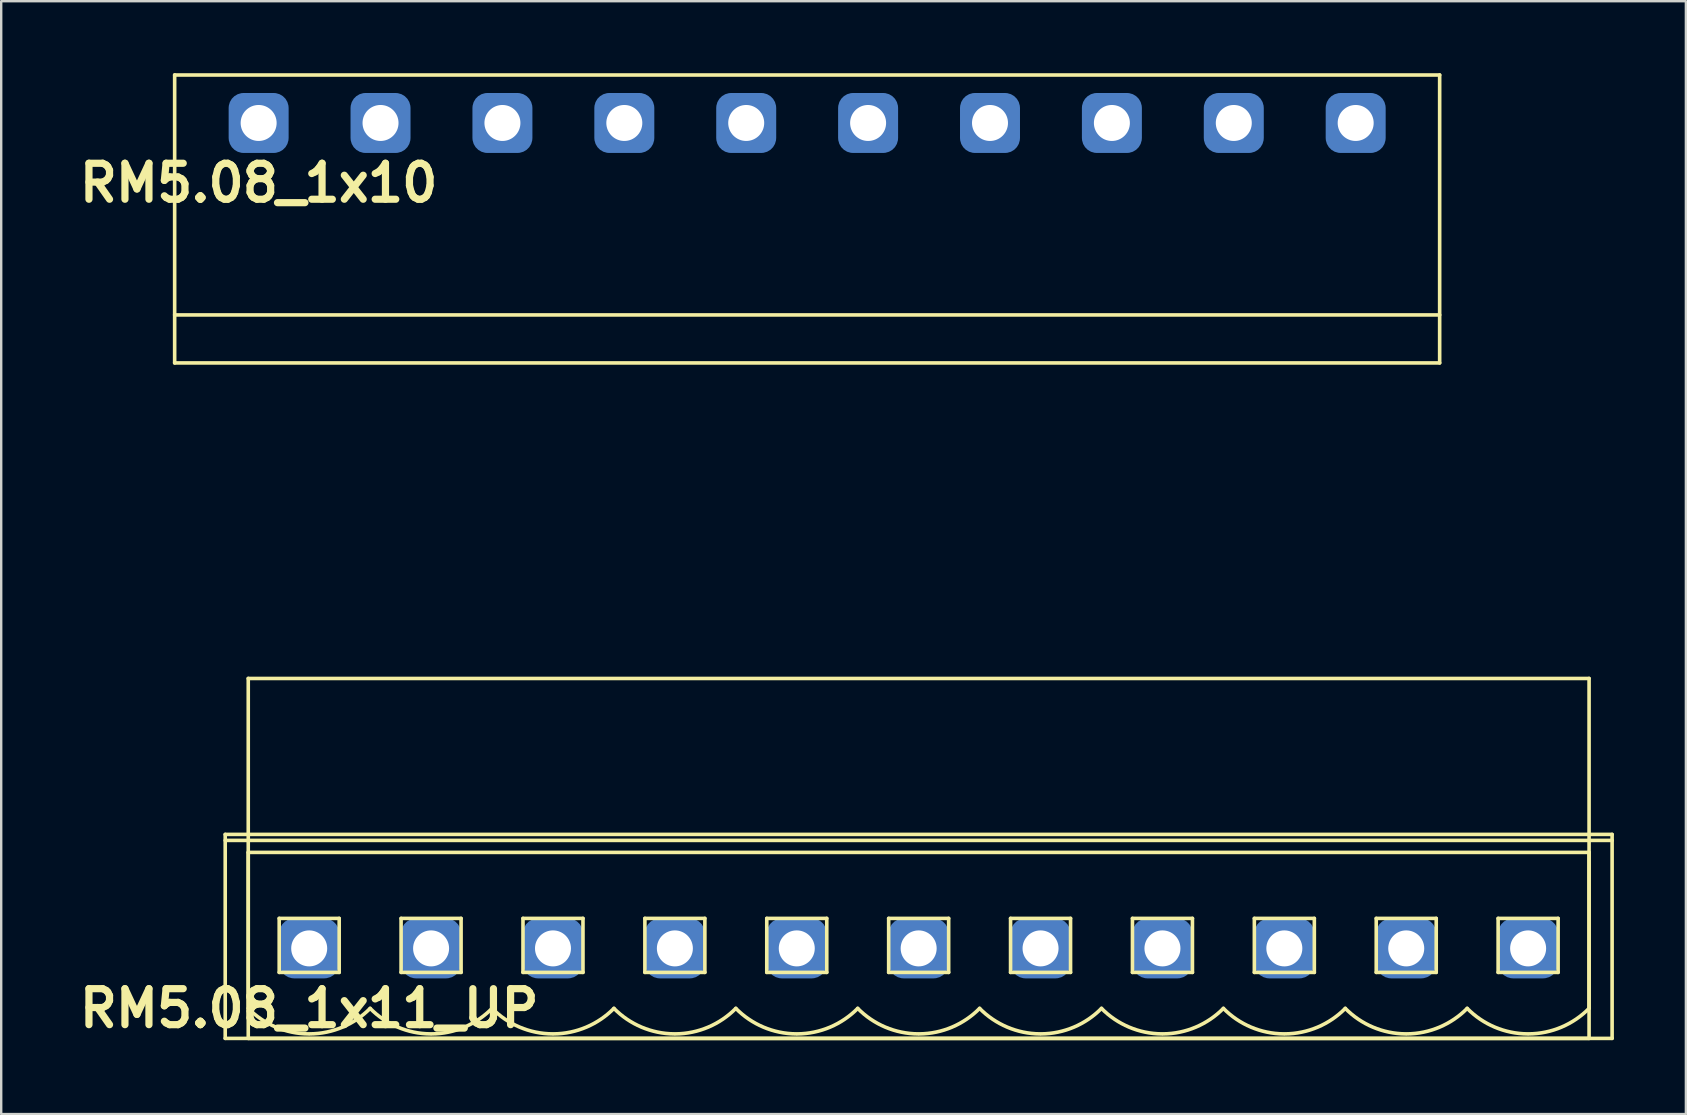
<source format=kicad_pcb>
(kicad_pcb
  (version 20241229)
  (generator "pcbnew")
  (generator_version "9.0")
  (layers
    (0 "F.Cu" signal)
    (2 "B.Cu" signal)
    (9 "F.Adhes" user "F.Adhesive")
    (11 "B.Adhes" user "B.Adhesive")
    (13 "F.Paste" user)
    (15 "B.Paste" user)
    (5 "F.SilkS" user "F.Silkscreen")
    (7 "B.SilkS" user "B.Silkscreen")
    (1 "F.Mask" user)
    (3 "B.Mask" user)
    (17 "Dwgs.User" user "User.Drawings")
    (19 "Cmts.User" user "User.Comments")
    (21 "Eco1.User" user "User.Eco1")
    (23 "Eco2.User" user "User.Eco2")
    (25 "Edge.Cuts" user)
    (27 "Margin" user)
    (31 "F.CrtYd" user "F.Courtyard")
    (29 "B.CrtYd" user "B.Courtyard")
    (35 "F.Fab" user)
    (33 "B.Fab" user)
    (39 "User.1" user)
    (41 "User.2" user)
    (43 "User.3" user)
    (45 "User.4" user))
  (footprint "RM5.08_1x11_UP"
    (layer "F.Cu")
    (at 9.836 36.475)
    (property "Reference" "RM5.08_1x11_UP" (at 0 2.5 0) (layer "F.SilkS") (effects (font (size 1.5 1.5) (thickness 0.3))))
    (attr through_hole)
    (fp_line (start -3.5 -4.75) (end -3.5 3.75) (stroke (width 0.15) (type solid)) (layer "F.SilkS"))
    (fp_line (start -3.5 -4.5) (end 54.3 -4.5) (stroke (width 0.15) (type solid)) (layer "F.SilkS"))
    (fp_line (start -3.5 3.75) (end 54.3 3.75) (stroke (width 0.15) (type solid)) (layer "F.SilkS"))
    (fp_line (start -2.54 -11.25) (end -2.54 3.75) (stroke (width 0.15) (type solid)) (layer "F.SilkS"))
    (fp_line (start -2.54 -4) (end -2.54 2.5) (stroke (width 0.15) (type solid)) (layer "F.SilkS"))
    (fp_line (start -2.54 -4) (end 53.34 -4) (stroke (width 0.15) (type solid)) (layer "F.SilkS"))
    (fp_line (start -2.54 3.75) (end 53.34 3.75) (stroke (width 0.15) (type solid)) (layer "F.SilkS"))
    (fp_line (start -1.25 -1.25) (end -1.25 1) (stroke (width 0.15) (type solid)) (layer "F.SilkS"))
    (fp_line (start -1.25 1) (end 1.25 1) (stroke (width 0.15) (type solid)) (layer "F.SilkS"))
    (fp_line (start 1.25 -1.25) (end -1.25 -1.25) (stroke (width 0.15) (type solid)) (layer "F.SilkS"))
    (fp_line (start 1.25 1) (end 1.25 -1.25) (stroke (width 0.15) (type solid)) (layer "F.SilkS"))
    (fp_line (start 3.83 -1.25) (end 3.83 1) (stroke (width 0.15) (type solid)) (layer "F.SilkS"))
    (fp_line (start 3.83 1) (end 6.33 1) (stroke (width 0.15) (type solid)) (layer "F.SilkS"))
    (fp_line (start 6.33 -1.25) (end 3.83 -1.25) (stroke (width 0.15) (type solid)) (layer "F.SilkS"))
    (fp_line (start 6.33 1) (end 6.33 -1.25) (stroke (width 0.15) (type solid)) (layer "F.SilkS"))
    (fp_line (start 8.91 -1.25) (end 8.91 1) (stroke (width 0.15) (type solid)) (layer "F.SilkS"))
    (fp_line (start 8.91 1) (end 11.41 1) (stroke (width 0.15) (type solid)) (layer "F.SilkS"))
    (fp_line (start 11.41 -1.25) (end 8.91 -1.25) (stroke (width 0.15) (type solid)) (layer "F.SilkS"))
    (fp_line (start 11.41 1) (end 11.41 -1.25) (stroke (width 0.15) (type solid)) (layer "F.SilkS"))
    (fp_line (start 13.99 -1.25) (end 13.99 1) (stroke (width 0.15) (type solid)) (layer "F.SilkS"))
    (fp_line (start 13.99 1) (end 16.49 1) (stroke (width 0.15) (type solid)) (layer "F.SilkS"))
    (fp_line (start 16.49 -1.25) (end 13.99 -1.25) (stroke (width 0.15) (type solid)) (layer "F.SilkS"))
    (fp_line (start 16.49 1) (end 16.49 -1.25) (stroke (width 0.15) (type solid)) (layer "F.SilkS"))
    (fp_line (start 19.07 -1.25) (end 19.07 1) (stroke (width 0.15) (type solid)) (layer "F.SilkS"))
    (fp_line (start 19.07 1) (end 21.57 1) (stroke (width 0.15) (type solid)) (layer "F.SilkS"))
    (fp_line (start 21.57 -1.25) (end 19.07 -1.25) (stroke (width 0.15) (type solid)) (layer "F.SilkS"))
    (fp_line (start 21.57 1) (end 21.57 -1.25) (stroke (width 0.15) (type solid)) (layer "F.SilkS"))
    (fp_line (start 24.15 -1.25) (end 24.15 1) (stroke (width 0.15) (type solid)) (layer "F.SilkS"))
    (fp_line (start 24.15 1) (end 26.65 1) (stroke (width 0.15) (type solid)) (layer "F.SilkS"))
    (fp_line (start 26.65 -1.25) (end 24.15 -1.25) (stroke (width 0.15) (type solid)) (layer "F.SilkS"))
    (fp_line (start 26.65 1) (end 26.65 -1.25) (stroke (width 0.15) (type solid)) (layer "F.SilkS"))
    (fp_line (start 29.23 -1.25) (end 29.23 1) (stroke (width 0.15) (type solid)) (layer "F.SilkS"))
    (fp_line (start 29.23 1) (end 31.73 1) (stroke (width 0.15) (type solid)) (layer "F.SilkS"))
    (fp_line (start 31.73 -1.25) (end 29.23 -1.25) (stroke (width 0.15) (type solid)) (layer "F.SilkS"))
    (fp_line (start 31.73 1) (end 31.73 -1.25) (stroke (width 0.15) (type solid)) (layer "F.SilkS"))
    (fp_line (start 34.31 -1.25) (end 34.31 1) (stroke (width 0.15) (type solid)) (layer "F.SilkS"))
    (fp_line (start 34.31 1) (end 36.81 1) (stroke (width 0.15) (type solid)) (layer "F.SilkS"))
    (fp_line (start 36.81 -1.25) (end 34.31 -1.25) (stroke (width 0.15) (type solid)) (layer "F.SilkS"))
    (fp_line (start 36.81 1) (end 36.81 -1.25) (stroke (width 0.15) (type solid)) (layer "F.SilkS"))
    (fp_line (start 39.39 -1.25) (end 39.39 1) (stroke (width 0.15) (type solid)) (layer "F.SilkS"))
    (fp_line (start 39.39 1) (end 41.89 1) (stroke (width 0.15) (type solid)) (layer "F.SilkS"))
    (fp_line (start 41.89 -1.25) (end 39.39 -1.25) (stroke (width 0.15) (type solid)) (layer "F.SilkS"))
    (fp_line (start 41.89 1) (end 41.89 -1.25) (stroke (width 0.15) (type solid)) (layer "F.SilkS"))
    (fp_line (start 44.47 -1.25) (end 44.47 1) (stroke (width 0.15) (type solid)) (layer "F.SilkS"))
    (fp_line (start 44.47 1) (end 46.97 1) (stroke (width 0.15) (type solid)) (layer "F.SilkS"))
    (fp_line (start 46.97 -1.25) (end 44.47 -1.25) (stroke (width 0.15) (type solid)) (layer "F.SilkS"))
    (fp_line (start 46.97 1) (end 46.97 -1.25) (stroke (width 0.15) (type solid)) (layer "F.SilkS"))
    (fp_line (start 49.55 -1.25) (end 49.55 1) (stroke (width 0.15) (type solid)) (layer "F.SilkS"))
    (fp_line (start 49.55 1) (end 52.05 1) (stroke (width 0.15) (type solid)) (layer "F.SilkS"))
    (fp_line (start 52.05 -1.25) (end 49.55 -1.25) (stroke (width 0.15) (type solid)) (layer "F.SilkS"))
    (fp_line (start 52.05 1) (end 52.05 -1.25) (stroke (width 0.15) (type solid)) (layer "F.SilkS"))
    (fp_line (start 53.34 -11.25) (end -2.54 -11.25) (stroke (width 0.15) (type solid)) (layer "F.SilkS"))
    (fp_line (start 53.34 -4) (end 53.34 2.5) (stroke (width 0.15) (type solid)) (layer "F.SilkS"))
    (fp_line (start 53.34 3.75) (end 53.34 -11.25) (stroke (width 0.15) (type solid)) (layer "F.SilkS"))
    (fp_line (start 54.3 -4.75) (end -3.5 -4.75) (stroke (width 0.15) (type solid)) (layer "F.SilkS"))
    (fp_line (start 54.3 3.75) (end 54.3 -4.75) (stroke (width 0.15) (type solid)) (layer "F.SilkS"))
    (fp_arc (start -0.028284 3.563818) (mid -1.389945 3.281715) (end -2.54 2.5) (stroke (width 0.15) (type solid)) (layer "F.SilkS"))
    (fp_arc (start 2.54 2.5) (mid 1.389945 3.281715) (end 0.028284 3.563818) (stroke (width 0.15) (type solid)) (layer "F.SilkS"))
    (fp_arc (start 5.051716 3.563818) (mid 3.690055 3.281715) (end 2.54 2.5) (stroke (width 0.15) (type solid)) (layer "F.SilkS"))
    (fp_arc (start 7.62 2.5) (mid 6.469945 3.281715) (end 5.108284 3.563818) (stroke (width 0.15) (type solid)) (layer "F.SilkS"))
    (fp_arc (start 10.131716 3.563818) (mid 8.770055 3.281715) (end 7.62 2.5) (stroke (width 0.15) (type solid)) (layer "F.SilkS"))
    (fp_arc (start 12.7 2.5) (mid 11.549945 3.281715) (end 10.188284 3.563818) (stroke (width 0.15) (type solid)) (layer "F.SilkS"))
    (fp_arc (start 15.211716 3.563818) (mid 13.850055 3.281715) (end 12.7 2.5) (stroke (width 0.15) (type solid)) (layer "F.SilkS"))
    (fp_arc (start 17.78 2.5) (mid 16.629945 3.281715) (end 15.268284 3.563818) (stroke (width 0.15) (type solid)) (layer "F.SilkS"))
    (fp_arc (start 20.291716 3.563818) (mid 18.930055 3.281715) (end 17.78 2.5) (stroke (width 0.15) (type solid)) (layer "F.SilkS"))
    (fp_arc (start 22.86 2.5) (mid 21.709945 3.281715) (end 20.348284 3.563818) (stroke (width 0.15) (type solid)) (layer "F.SilkS"))
    (fp_arc (start 25.371716 3.563818) (mid 24.010055 3.281715) (end 22.86 2.5) (stroke (width 0.15) (type solid)) (layer "F.SilkS"))
    (fp_arc (start 27.94 2.5) (mid 26.789945 3.281715) (end 25.428284 3.563818) (stroke (width 0.15) (type solid)) (layer "F.SilkS"))
    (fp_arc (start 30.451716 3.563818) (mid 29.090055 3.281715) (end 27.94 2.5) (stroke (width 0.15) (type solid)) (layer "F.SilkS"))
    (fp_arc (start 33.02 2.5) (mid 31.869945 3.281715) (end 30.508284 3.563818) (stroke (width 0.15) (type solid)) (layer "F.SilkS"))
    (fp_arc (start 35.531716 3.563818) (mid 34.170055 3.281715) (end 33.02 2.5) (stroke (width 0.15) (type solid)) (layer "F.SilkS"))
    (fp_arc (start 38.1 2.5) (mid 36.949945 3.281715) (end 35.588284 3.563818) (stroke (width 0.15) (type solid)) (layer "F.SilkS"))
    (fp_arc (start 40.611716 3.563818) (mid 39.250055 3.281715) (end 38.1 2.5) (stroke (width 0.15) (type solid)) (layer "F.SilkS"))
    (fp_arc (start 43.18 2.5) (mid 42.029945 3.281715) (end 40.668284 3.563818) (stroke (width 0.15) (type solid)) (layer "F.SilkS"))
    (fp_arc (start 45.691716 3.563818) (mid 44.330055 3.281715) (end 43.18 2.5) (stroke (width 0.15) (type solid)) (layer "F.SilkS"))
    (fp_arc (start 48.26 2.5) (mid 47.109945 3.281715) (end 45.748284 3.563818) (stroke (width 0.15) (type solid)) (layer "F.SilkS"))
    (fp_arc (start 50.771716 3.563818) (mid 49.410055 3.281715) (end 48.26 2.5) (stroke (width 0.15) (type solid)) (layer "F.SilkS"))
    (fp_arc (start 53.34 2.5) (mid 52.189945 3.281715) (end 50.828284 3.563818) (stroke (width 0.15) (type solid)) (layer "F.SilkS"))
    (pad "1" thru_hole circle (at 0 0) (size 1.8 1.8) (drill 1.5) (layers "*.Cu" "*.Mask"))
    (pad "1" smd roundrect (at 0 0) (size 2.5 2.5) (layers "B.Cu" "B.Mask") (roundrect_rratio 0.25))
    (pad "2" thru_hole circle (at 5.08 0) (size 1.8 1.8) (drill 1.5) (layers "*.Cu" "*.Mask"))
    (pad "2" smd roundrect (at 5.08 0) (size 2.5 2.5) (layers "B.Cu" "B.Mask") (roundrect_rratio 0.25))
    (pad "3" thru_hole circle (at 10.16 0) (size 1.8 1.8) (drill 1.5) (layers "*.Cu" "*.Mask"))
    (pad "3" smd roundrect (at 10.16 0) (size 2.5 2.5) (layers "B.Cu" "B.Mask") (roundrect_rratio 0.25))
    (pad "4" thru_hole circle (at 15.24 0) (size 1.8 1.8) (drill 1.5) (layers "*.Cu" "*.Mask"))
    (pad "4" smd roundrect (at 15.24 0) (size 2.5 2.5) (layers "B.Cu" "B.Mask") (roundrect_rratio 0.25))
    (pad "5" thru_hole circle (at 20.32 0) (size 1.8 1.8) (drill 1.5) (layers "*.Cu" "*.Mask"))
    (pad "5" smd roundrect (at 20.32 0) (size 2.5 2.5) (layers "B.Cu" "B.Mask") (roundrect_rratio 0.25))
    (pad "6" thru_hole circle (at 25.4 0) (size 1.8 1.8) (drill 1.5) (layers "*.Cu" "*.Mask"))
    (pad "6" smd roundrect (at 25.4 0) (size 2.5 2.5) (layers "B.Cu" "B.Mask") (roundrect_rratio 0.25))
    (pad "7" thru_hole circle (at 30.48 0) (size 1.8 1.8) (drill 1.5) (layers "*.Cu" "*.Mask"))
    (pad "7" smd roundrect (at 30.48 0) (size 2.5 2.5) (layers "B.Cu" "B.Mask") (roundrect_rratio 0.25))
    (pad "8" thru_hole circle (at 35.56 0) (size 1.8 1.8) (drill 1.5) (layers "*.Cu" "*.Mask"))
    (pad "8" smd roundrect (at 35.56 0) (size 2.5 2.5) (layers "B.Cu" "B.Mask") (roundrect_rratio 0.25))
    (pad "9" thru_hole circle (at 40.64 0) (size 1.8 1.8) (drill 1.5) (layers "*.Cu" "*.Mask"))
    (pad "9" smd roundrect (at 40.64 0) (size 2.5 2.5) (layers "B.Cu" "B.Mask") (roundrect_rratio 0.25))
    (pad "10" thru_hole circle (at 45.72 0) (size 1.8 1.8) (drill 1.5) (layers "*.Cu" "*.Mask"))
    (pad "10" smd roundrect (at 45.72 0) (size 2.5 2.5) (layers "B.Cu" "B.Mask") (roundrect_rratio 0.25))
    (pad "11" thru_hole circle (at 50.8 0) (size 1.8 1.8) (drill 1.5) (layers "*.Cu" "*.Mask"))
    (pad "11" smd roundrect (at 50.8 0) (size 2.5 2.5) (layers "B.Cu" "B.Mask") (roundrect_rratio 0.25)))
  (footprint "RM5.08_1x10"
    (layer "F.Cu")
    (at 7.729 2.075)
    (property "Reference" "RM5.08_1x10" (at 0 2.5 0) (layer "F.SilkS") (effects (font (size 1.5 1.5) (thickness 0.3))))
    (attr through_hole)
    (fp_line (start -3.5 -2) (end -3.5 10) (stroke (width 0.15) (type solid)) (layer "F.SilkS"))
    (fp_line (start -3.5 8) (end 49.22 8) (stroke (width 0.15) (type solid)) (layer "F.SilkS"))
    (fp_line (start -3.5 10) (end 49.22 10) (stroke (width 0.15) (type solid)) (layer "F.SilkS"))
    (fp_line (start 49.22 -2) (end -3.5 -2) (stroke (width 0.15) (type solid)) (layer "F.SilkS"))
    (fp_line (start 49.22 10) (end 49.22 -2) (stroke (width 0.15) (type solid)) (layer "F.SilkS"))
    (fp_line (start -2.54 20) (end -2.54 10) (stroke (width 0.15) (type solid)) (layer "Margin"))
    (fp_line (start -2.54 20) (end 48.26 20) (stroke (width 0.15) (type solid)) (layer "Margin"))
    (fp_line (start -1.5 14) (end 1.5 14) (stroke (width 0.15) (type solid)) (layer "Margin"))
    (fp_line (start 3.58 14) (end 6.58 14) (stroke (width 0.15) (type solid)) (layer "Margin"))
    (fp_line (start 8.66 14) (end 11.66 14) (stroke (width 0.15) (type solid)) (layer "Margin"))
    (fp_line (start 13.74 14) (end 16.74 14) (stroke (width 0.15) (type solid)) (layer "Margin"))
    (fp_line (start 18.82 14) (end 21.82 14) (stroke (width 0.15) (type solid)) (layer "Margin"))
    (fp_line (start 23.9 14) (end 26.9 14) (stroke (width 0.15) (type solid)) (layer "Margin"))
    (fp_line (start 28.98 14) (end 31.98 14) (stroke (width 0.15) (type solid)) (layer "Margin"))
    (fp_line (start 34.06 14) (end 37.06 14) (stroke (width 0.15) (type solid)) (layer "Margin"))
    (fp_line (start 39.14 14) (end 42.14 14) (stroke (width 0.15) (type solid)) (layer "Margin"))
    (fp_line (start 44.22 14) (end 47.22 14) (stroke (width 0.15) (type solid)) (layer "Margin"))
    (fp_line (start 48.26 20) (end 48.26 10) (stroke (width 0.15) (type solid)) (layer "Margin"))
    (fp_circle (center 0 14) (end 0 12.5) (stroke (width 0.15) (type solid)) (fill no) (layer "Margin"))
    (fp_circle (center 5.08 14) (end 5.08 12.5) (stroke (width 0.15) (type solid)) (fill no) (layer "Margin"))
    (fp_circle (center 10.16 14) (end 10.16 12.5) (stroke (width 0.15) (type solid)) (fill no) (layer "Margin"))
    (fp_circle (center 15.24 14) (end 15.24 12.5) (stroke (width 0.15) (type solid)) (fill no) (layer "Margin"))
    (fp_circle (center 20.32 14) (end 20.32 12.5) (stroke (width 0.15) (type solid)) (fill no) (layer "Margin"))
    (fp_circle (center 25.4 14) (end 25.4 12.5) (stroke (width 0.15) (type solid)) (fill no) (layer "Margin"))
    (fp_circle (center 30.48 14) (end 30.48 12.5) (stroke (width 0.15) (type solid)) (fill no) (layer "Margin"))
    (fp_circle (center 35.56 14) (end 35.56 12.5) (stroke (width 0.15) (type solid)) (fill no) (layer "Margin"))
    (fp_circle (center 40.64 14) (end 40.64 12.5) (stroke (width 0.15) (type solid)) (fill no) (layer "Margin"))
    (fp_circle (center 45.72 14) (end 45.72 12.5) (stroke (width 0.15) (type solid)) (fill no) (layer "Margin"))
    (pad "1" thru_hole circle (at 0 0) (size 1.8 1.8) (drill 1.5) (layers "*.Cu" "*.Mask"))
    (pad "1" smd roundrect (at 0 0) (size 2.5 2.5) (layers "B.Cu" "B.Mask") (roundrect_rratio 0.25))
    (pad "2" thru_hole circle (at 5.08 0) (size 1.8 1.8) (drill 1.5) (layers "*.Cu" "*.Mask"))
    (pad "2" smd roundrect (at 5.08 0) (size 2.5 2.5) (layers "B.Cu" "B.Mask") (roundrect_rratio 0.25))
    (pad "3" thru_hole circle (at 10.16 0) (size 1.8 1.8) (drill 1.5) (layers "*.Cu" "*.Mask"))
    (pad "3" smd roundrect (at 10.16 0) (size 2.5 2.5) (layers "B.Cu" "B.Mask") (roundrect_rratio 0.25))
    (pad "4" thru_hole circle (at 15.24 0) (size 1.8 1.8) (drill 1.5) (layers "*.Cu" "*.Mask"))
    (pad "4" smd roundrect (at 15.24 0) (size 2.5 2.5) (layers "B.Cu" "B.Mask") (roundrect_rratio 0.25))
    (pad "5" thru_hole circle (at 20.32 0) (size 1.8 1.8) (drill 1.5) (layers "*.Cu" "*.Mask"))
    (pad "5" smd roundrect (at 20.32 0) (size 2.5 2.5) (layers "B.Cu" "B.Mask") (roundrect_rratio 0.25))
    (pad "6" thru_hole circle (at 25.4 0) (size 1.8 1.8) (drill 1.5) (layers "*.Cu" "*.Mask"))
    (pad "6" smd roundrect (at 25.4 0) (size 2.5 2.5) (layers "B.Cu" "B.Mask") (roundrect_rratio 0.25))
    (pad "7" thru_hole circle (at 30.48 0) (size 1.8 1.8) (drill 1.5) (layers "*.Cu" "*.Mask"))
    (pad "7" smd roundrect (at 30.48 0) (size 2.5 2.5) (layers "B.Cu" "B.Mask") (roundrect_rratio 0.25))
    (pad "8" thru_hole circle (at 35.56 0) (size 1.8 1.8) (drill 1.5) (layers "*.Cu" "*.Mask"))
    (pad "8" smd roundrect (at 35.56 0) (size 2.5 2.5) (layers "B.Cu" "B.Mask") (roundrect_rratio 0.25))
    (pad "9" thru_hole circle (at 40.64 0) (size 1.8 1.8) (drill 1.5) (layers "*.Cu" "*.Mask"))
    (pad "9" smd roundrect (at 40.64 0) (size 2.5 2.5) (layers "B.Cu" "B.Mask") (roundrect_rratio 0.25))
    (pad "10" thru_hole circle (at 45.72 0) (size 1.8 1.8) (drill 1.5) (layers "*.Cu" "*.Mask"))
    (pad "10" smd roundrect (at 45.72 0) (size 2.5 2.5) (layers "B.Cu" "B.Mask") (roundrect_rratio 0.25)))
  (gr_rect
    (start -3 -3)
    (end 67.211 43.379)
    (stroke (width 0.1) (type default))
    (fill no)
    (layer "Edge.Cuts")))
</source>
